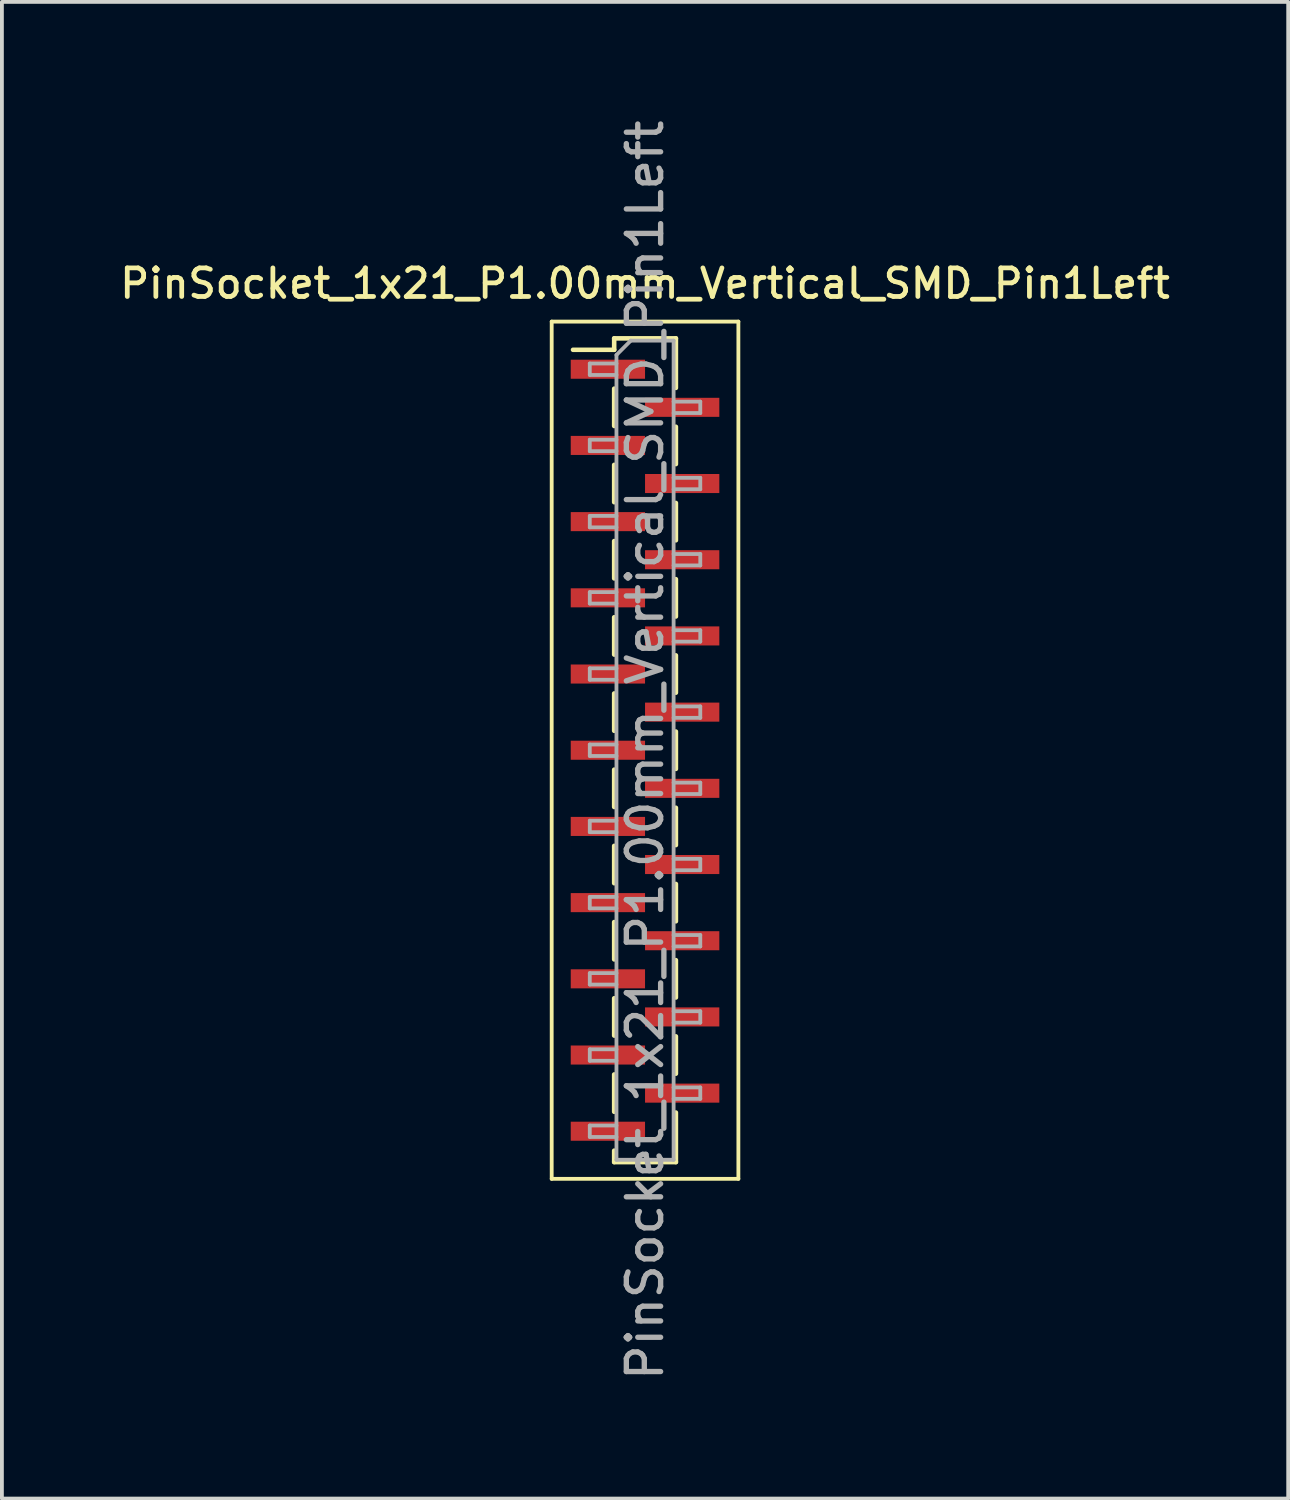
<source format=kicad_pcb>
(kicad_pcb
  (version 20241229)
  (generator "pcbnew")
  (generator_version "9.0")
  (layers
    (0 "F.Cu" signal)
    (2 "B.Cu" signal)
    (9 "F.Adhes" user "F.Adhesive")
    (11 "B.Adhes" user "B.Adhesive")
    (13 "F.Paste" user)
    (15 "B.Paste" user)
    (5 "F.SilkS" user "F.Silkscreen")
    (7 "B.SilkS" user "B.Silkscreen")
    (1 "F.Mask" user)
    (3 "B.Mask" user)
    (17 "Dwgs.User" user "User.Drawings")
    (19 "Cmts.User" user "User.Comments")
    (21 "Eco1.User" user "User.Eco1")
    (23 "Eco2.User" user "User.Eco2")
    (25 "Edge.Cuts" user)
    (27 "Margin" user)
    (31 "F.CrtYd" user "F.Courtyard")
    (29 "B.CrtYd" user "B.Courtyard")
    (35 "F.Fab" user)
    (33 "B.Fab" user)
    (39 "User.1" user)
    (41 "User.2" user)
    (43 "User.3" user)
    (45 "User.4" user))
  (footprint "PinSocket_1x21_P1.00mm_Vertical_SMD_Pin1Left"
    (layer "F.Cu")
    (at 13.88 16.641)
    (property "Reference" "PinSocket_1x21_P1.00mm_Vertical_SMD_Pin1Left" (at 0 -12.25 0) (layer "F.SilkS") (effects (font (size 0.75 0.75) (thickness 0.125))))
    (attr smd)
    (fp_line (start -2.45 -11.25) (end 2.45 -11.25) (stroke (width 0.1) (type solid)) (layer "F.SilkS"))
    (fp_line (start -2.45 11.25) (end -2.45 -11.25) (stroke (width 0.1) (type solid)) (layer "F.SilkS"))
    (fp_line (start -1.89 -10.51) (end -0.81 -10.51) (stroke (width 0.12) (type solid)) (layer "F.SilkS"))
    (fp_line (start -0.81 -10.81) (end -0.81 -10.51) (stroke (width 0.12) (type solid)) (layer "F.SilkS"))
    (fp_line (start -0.81 -10.81) (end 0.81 -10.81) (stroke (width 0.12) (type solid)) (layer "F.SilkS"))
    (fp_line (start -0.81 -9.49) (end -0.81 -8.51) (stroke (width 0.12) (type solid)) (layer "F.SilkS"))
    (fp_line (start -0.81 -7.49) (end -0.81 -6.51) (stroke (width 0.12) (type solid)) (layer "F.SilkS"))
    (fp_line (start -0.81 -5.49) (end -0.81 -4.51) (stroke (width 0.12) (type solid)) (layer "F.SilkS"))
    (fp_line (start -0.81 -3.49) (end -0.81 -2.51) (stroke (width 0.12) (type solid)) (layer "F.SilkS"))
    (fp_line (start -0.81 -1.49) (end -0.81 -0.51) (stroke (width 0.12) (type solid)) (layer "F.SilkS"))
    (fp_line (start -0.81 0.51) (end -0.81 1.49) (stroke (width 0.12) (type solid)) (layer "F.SilkS"))
    (fp_line (start -0.81 2.51) (end -0.81 3.49) (stroke (width 0.12) (type solid)) (layer "F.SilkS"))
    (fp_line (start -0.81 4.51) (end -0.81 5.49) (stroke (width 0.12) (type solid)) (layer "F.SilkS"))
    (fp_line (start -0.81 6.51) (end -0.81 7.49) (stroke (width 0.12) (type solid)) (layer "F.SilkS"))
    (fp_line (start -0.81 8.51) (end -0.81 9.49) (stroke (width 0.12) (type solid)) (layer "F.SilkS"))
    (fp_line (start -0.81 10.51) (end -0.81 10.81) (stroke (width 0.12) (type solid)) (layer "F.SilkS"))
    (fp_line (start -0.81 10.81) (end 0.81 10.81) (stroke (width 0.12) (type solid)) (layer "F.SilkS"))
    (fp_line (start 0.81 -10.81) (end 0.81 -9.51) (stroke (width 0.12) (type solid)) (layer "F.SilkS"))
    (fp_line (start 0.81 -8.49) (end 0.81 -7.51) (stroke (width 0.12) (type solid)) (layer "F.SilkS"))
    (fp_line (start 0.81 -6.49) (end 0.81 -5.51) (stroke (width 0.12) (type solid)) (layer "F.SilkS"))
    (fp_line (start 0.81 -4.49) (end 0.81 -3.51) (stroke (width 0.12) (type solid)) (layer "F.SilkS"))
    (fp_line (start 0.81 -2.49) (end 0.81 -1.51) (stroke (width 0.12) (type solid)) (layer "F.SilkS"))
    (fp_line (start 0.81 -0.49) (end 0.81 0.49) (stroke (width 0.12) (type solid)) (layer "F.SilkS"))
    (fp_line (start 0.81 1.51) (end 0.81 2.49) (stroke (width 0.12) (type solid)) (layer "F.SilkS"))
    (fp_line (start 0.81 3.51) (end 0.81 4.49) (stroke (width 0.12) (type solid)) (layer "F.SilkS"))
    (fp_line (start 0.81 5.51) (end 0.81 6.49) (stroke (width 0.12) (type solid)) (layer "F.SilkS"))
    (fp_line (start 0.81 7.51) (end 0.81 8.49) (stroke (width 0.12) (type solid)) (layer "F.SilkS"))
    (fp_line (start 0.81 9.51) (end 0.81 10.81) (stroke (width 0.12) (type solid)) (layer "F.SilkS"))
    (fp_line (start 2.45 -11.25) (end 2.45 11.25) (stroke (width 0.1) (type solid)) (layer "F.SilkS"))
    (fp_line (start 2.45 11.25) (end -2.45 11.25) (stroke (width 0.1) (type solid)) (layer "F.SilkS"))
    (fp_line (start -1.45 -10.15) (end -0.75 -10.15) (stroke (width 0.1) (type solid)) (layer "F.Fab"))
    (fp_line (start -1.45 -9.85) (end -1.45 -10.15) (stroke (width 0.1) (type solid)) (layer "F.Fab"))
    (fp_line (start -1.45 -8.15) (end -0.75 -8.15) (stroke (width 0.1) (type solid)) (layer "F.Fab"))
    (fp_line (start -1.45 -7.85) (end -1.45 -8.15) (stroke (width 0.1) (type solid)) (layer "F.Fab"))
    (fp_line (start -1.45 -6.15) (end -0.75 -6.15) (stroke (width 0.1) (type solid)) (layer "F.Fab"))
    (fp_line (start -1.45 -5.85) (end -1.45 -6.15) (stroke (width 0.1) (type solid)) (layer "F.Fab"))
    (fp_line (start -1.45 -4.15) (end -0.75 -4.15) (stroke (width 0.1) (type solid)) (layer "F.Fab"))
    (fp_line (start -1.45 -3.85) (end -1.45 -4.15) (stroke (width 0.1) (type solid)) (layer "F.Fab"))
    (fp_line (start -1.45 -2.15) (end -0.75 -2.15) (stroke (width 0.1) (type solid)) (layer "F.Fab"))
    (fp_line (start -1.45 -1.85) (end -1.45 -2.15) (stroke (width 0.1) (type solid)) (layer "F.Fab"))
    (fp_line (start -1.45 -0.15) (end -0.75 -0.15) (stroke (width 0.1) (type solid)) (layer "F.Fab"))
    (fp_line (start -1.45 0.15) (end -1.45 -0.15) (stroke (width 0.1) (type solid)) (layer "F.Fab"))
    (fp_line (start -1.45 1.85) (end -0.75 1.85) (stroke (width 0.1) (type solid)) (layer "F.Fab"))
    (fp_line (start -1.45 2.15) (end -1.45 1.85) (stroke (width 0.1) (type solid)) (layer "F.Fab"))
    (fp_line (start -1.45 3.85) (end -0.75 3.85) (stroke (width 0.1) (type solid)) (layer "F.Fab"))
    (fp_line (start -1.45 4.15) (end -1.45 3.85) (stroke (width 0.1) (type solid)) (layer "F.Fab"))
    (fp_line (start -1.45 5.85) (end -0.75 5.85) (stroke (width 0.1) (type solid)) (layer "F.Fab"))
    (fp_line (start -1.45 6.15) (end -1.45 5.85) (stroke (width 0.1) (type solid)) (layer "F.Fab"))
    (fp_line (start -1.45 7.85) (end -0.75 7.85) (stroke (width 0.1) (type solid)) (layer "F.Fab"))
    (fp_line (start -1.45 8.15) (end -1.45 7.85) (stroke (width 0.1) (type solid)) (layer "F.Fab"))
    (fp_line (start -1.45 9.85) (end -0.75 9.85) (stroke (width 0.1) (type solid)) (layer "F.Fab"))
    (fp_line (start -1.45 10.15) (end -1.45 9.85) (stroke (width 0.1) (type solid)) (layer "F.Fab"))
    (fp_line (start -0.75 -10.375) (end -0.375 -10.75) (stroke (width 0.1) (type solid)) (layer "F.Fab"))
    (fp_line (start -0.75 -9.85) (end -1.45 -9.85) (stroke (width 0.1) (type solid)) (layer "F.Fab"))
    (fp_line (start -0.75 -7.85) (end -1.45 -7.85) (stroke (width 0.1) (type solid)) (layer "F.Fab"))
    (fp_line (start -0.75 -5.85) (end -1.45 -5.85) (stroke (width 0.1) (type solid)) (layer "F.Fab"))
    (fp_line (start -0.75 -3.85) (end -1.45 -3.85) (stroke (width 0.1) (type solid)) (layer "F.Fab"))
    (fp_line (start -0.75 -1.85) (end -1.45 -1.85) (stroke (width 0.1) (type solid)) (layer "F.Fab"))
    (fp_line (start -0.75 0.15) (end -1.45 0.15) (stroke (width 0.1) (type solid)) (layer "F.Fab"))
    (fp_line (start -0.75 2.15) (end -1.45 2.15) (stroke (width 0.1) (type solid)) (layer "F.Fab"))
    (fp_line (start -0.75 4.15) (end -1.45 4.15) (stroke (width 0.1) (type solid)) (layer "F.Fab"))
    (fp_line (start -0.75 6.15) (end -1.45 6.15) (stroke (width 0.1) (type solid)) (layer "F.Fab"))
    (fp_line (start -0.75 8.15) (end -1.45 8.15) (stroke (width 0.1) (type solid)) (layer "F.Fab"))
    (fp_line (start -0.75 10.15) (end -1.45 10.15) (stroke (width 0.1) (type solid)) (layer "F.Fab"))
    (fp_line (start -0.75 10.75) (end -0.75 -10.375) (stroke (width 0.1) (type solid)) (layer "F.Fab"))
    (fp_line (start -0.375 -10.75) (end 0.75 -10.75) (stroke (width 0.1) (type solid)) (layer "F.Fab"))
    (fp_line (start 0.75 -10.75) (end 0.75 10.75) (stroke (width 0.1) (type solid)) (layer "F.Fab"))
    (fp_line (start 0.75 -9.15) (end 1.45 -9.15) (stroke (width 0.1) (type solid)) (layer "F.Fab"))
    (fp_line (start 0.75 -7.15) (end 1.45 -7.15) (stroke (width 0.1) (type solid)) (layer "F.Fab"))
    (fp_line (start 0.75 -5.15) (end 1.45 -5.15) (stroke (width 0.1) (type solid)) (layer "F.Fab"))
    (fp_line (start 0.75 -3.15) (end 1.45 -3.15) (stroke (width 0.1) (type solid)) (layer "F.Fab"))
    (fp_line (start 0.75 -1.15) (end 1.45 -1.15) (stroke (width 0.1) (type solid)) (layer "F.Fab"))
    (fp_line (start 0.75 0.85) (end 1.45 0.85) (stroke (width 0.1) (type solid)) (layer "F.Fab"))
    (fp_line (start 0.75 2.85) (end 1.45 2.85) (stroke (width 0.1) (type solid)) (layer "F.Fab"))
    (fp_line (start 0.75 4.85) (end 1.45 4.85) (stroke (width 0.1) (type solid)) (layer "F.Fab"))
    (fp_line (start 0.75 6.85) (end 1.45 6.85) (stroke (width 0.1) (type solid)) (layer "F.Fab"))
    (fp_line (start 0.75 8.85) (end 1.45 8.85) (stroke (width 0.1) (type solid)) (layer "F.Fab"))
    (fp_line (start 0.75 10.75) (end -0.75 10.75) (stroke (width 0.1) (type solid)) (layer "F.Fab"))
    (fp_line (start 1.45 -9.15) (end 1.45 -8.85) (stroke (width 0.1) (type solid)) (layer "F.Fab"))
    (fp_line (start 1.45 -8.85) (end 0.75 -8.85) (stroke (width 0.1) (type solid)) (layer "F.Fab"))
    (fp_line (start 1.45 -7.15) (end 1.45 -6.85) (stroke (width 0.1) (type solid)) (layer "F.Fab"))
    (fp_line (start 1.45 -6.85) (end 0.75 -6.85) (stroke (width 0.1) (type solid)) (layer "F.Fab"))
    (fp_line (start 1.45 -5.15) (end 1.45 -4.85) (stroke (width 0.1) (type solid)) (layer "F.Fab"))
    (fp_line (start 1.45 -4.85) (end 0.75 -4.85) (stroke (width 0.1) (type solid)) (layer "F.Fab"))
    (fp_line (start 1.45 -3.15) (end 1.45 -2.85) (stroke (width 0.1) (type solid)) (layer "F.Fab"))
    (fp_line (start 1.45 -2.85) (end 0.75 -2.85) (stroke (width 0.1) (type solid)) (layer "F.Fab"))
    (fp_line (start 1.45 -1.15) (end 1.45 -0.85) (stroke (width 0.1) (type solid)) (layer "F.Fab"))
    (fp_line (start 1.45 -0.85) (end 0.75 -0.85) (stroke (width 0.1) (type solid)) (layer "F.Fab"))
    (fp_line (start 1.45 0.85) (end 1.45 1.15) (stroke (width 0.1) (type solid)) (layer "F.Fab"))
    (fp_line (start 1.45 1.15) (end 0.75 1.15) (stroke (width 0.1) (type solid)) (layer "F.Fab"))
    (fp_line (start 1.45 2.85) (end 1.45 3.15) (stroke (width 0.1) (type solid)) (layer "F.Fab"))
    (fp_line (start 1.45 3.15) (end 0.75 3.15) (stroke (width 0.1) (type solid)) (layer "F.Fab"))
    (fp_line (start 1.45 4.85) (end 1.45 5.15) (stroke (width 0.1) (type solid)) (layer "F.Fab"))
    (fp_line (start 1.45 5.15) (end 0.75 5.15) (stroke (width 0.1) (type solid)) (layer "F.Fab"))
    (fp_line (start 1.45 6.85) (end 1.45 7.15) (stroke (width 0.1) (type solid)) (layer "F.Fab"))
    (fp_line (start 1.45 7.15) (end 0.75 7.15) (stroke (width 0.1) (type solid)) (layer "F.Fab"))
    (fp_line (start 1.45 8.85) (end 1.45 9.15) (stroke (width 0.1) (type solid)) (layer "F.Fab"))
    (fp_line (start 1.45 9.15) (end 0.75 9.15) (stroke (width 0.1) (type solid)) (layer "F.Fab"))
    (fp_text user "${REFERENCE}" (at 0 0 90) (layer "F.Fab") (effects (font (size 0.9 0.9) (thickness 0.14))))
    (pad "1" smd rect (at -0.975 -10) (size 1.95 0.5) (layers "F.Cu" "F.Mask" "F.Paste"))
    (pad "2" smd rect (at 0.975 -9) (size 1.95 0.5) (layers "F.Cu" "F.Mask" "F.Paste"))
    (pad "3" smd rect (at -0.975 -8) (size 1.95 0.5) (layers "F.Cu" "F.Mask" "F.Paste"))
    (pad "4" smd rect (at 0.975 -7) (size 1.95 0.5) (layers "F.Cu" "F.Mask" "F.Paste"))
    (pad "5" smd rect (at -0.975 -6) (size 1.95 0.5) (layers "F.Cu" "F.Mask" "F.Paste"))
    (pad "6" smd rect (at 0.975 -5) (size 1.95 0.5) (layers "F.Cu" "F.Mask" "F.Paste"))
    (pad "7" smd rect (at -0.975 -4) (size 1.95 0.5) (layers "F.Cu" "F.Mask" "F.Paste"))
    (pad "8" smd rect (at 0.975 -3) (size 1.95 0.5) (layers "F.Cu" "F.Mask" "F.Paste"))
    (pad "9" smd rect (at -0.975 -2) (size 1.95 0.5) (layers "F.Cu" "F.Mask" "F.Paste"))
    (pad "10" smd rect (at 0.975 -1) (size 1.95 0.5) (layers "F.Cu" "F.Mask" "F.Paste"))
    (pad "11" smd rect (at -0.975 0) (size 1.95 0.5) (layers "F.Cu" "F.Mask" "F.Paste"))
    (pad "12" smd rect (at 0.975 1) (size 1.95 0.5) (layers "F.Cu" "F.Mask" "F.Paste"))
    (pad "13" smd rect (at -0.975 2) (size 1.95 0.5) (layers "F.Cu" "F.Mask" "F.Paste"))
    (pad "14" smd rect (at 0.975 3) (size 1.95 0.5) (layers "F.Cu" "F.Mask" "F.Paste"))
    (pad "15" smd rect (at -0.975 4) (size 1.95 0.5) (layers "F.Cu" "F.Mask" "F.Paste"))
    (pad "16" smd rect (at 0.975 5) (size 1.95 0.5) (layers "F.Cu" "F.Mask" "F.Paste"))
    (pad "17" smd rect (at -0.975 6) (size 1.95 0.5) (layers "F.Cu" "F.Mask" "F.Paste"))
    (pad "18" smd rect (at 0.975 7) (size 1.95 0.5) (layers "F.Cu" "F.Mask" "F.Paste"))
    (pad "19" smd rect (at -0.975 8) (size 1.95 0.5) (layers "F.Cu" "F.Mask" "F.Paste"))
    (pad "20" smd rect (at 0.975 9) (size 1.95 0.5) (layers "F.Cu" "F.Mask" "F.Paste"))
    (pad "21" smd rect (at -0.975 10) (size 1.95 0.5) (layers "F.Cu" "F.Mask" "F.Paste")))
  (gr_rect
    (start -3 -3)
    (end 30.761 36.283)
    (stroke (width 0.1) (type default))
    (fill no)
    (layer "Edge.Cuts")))
</source>
